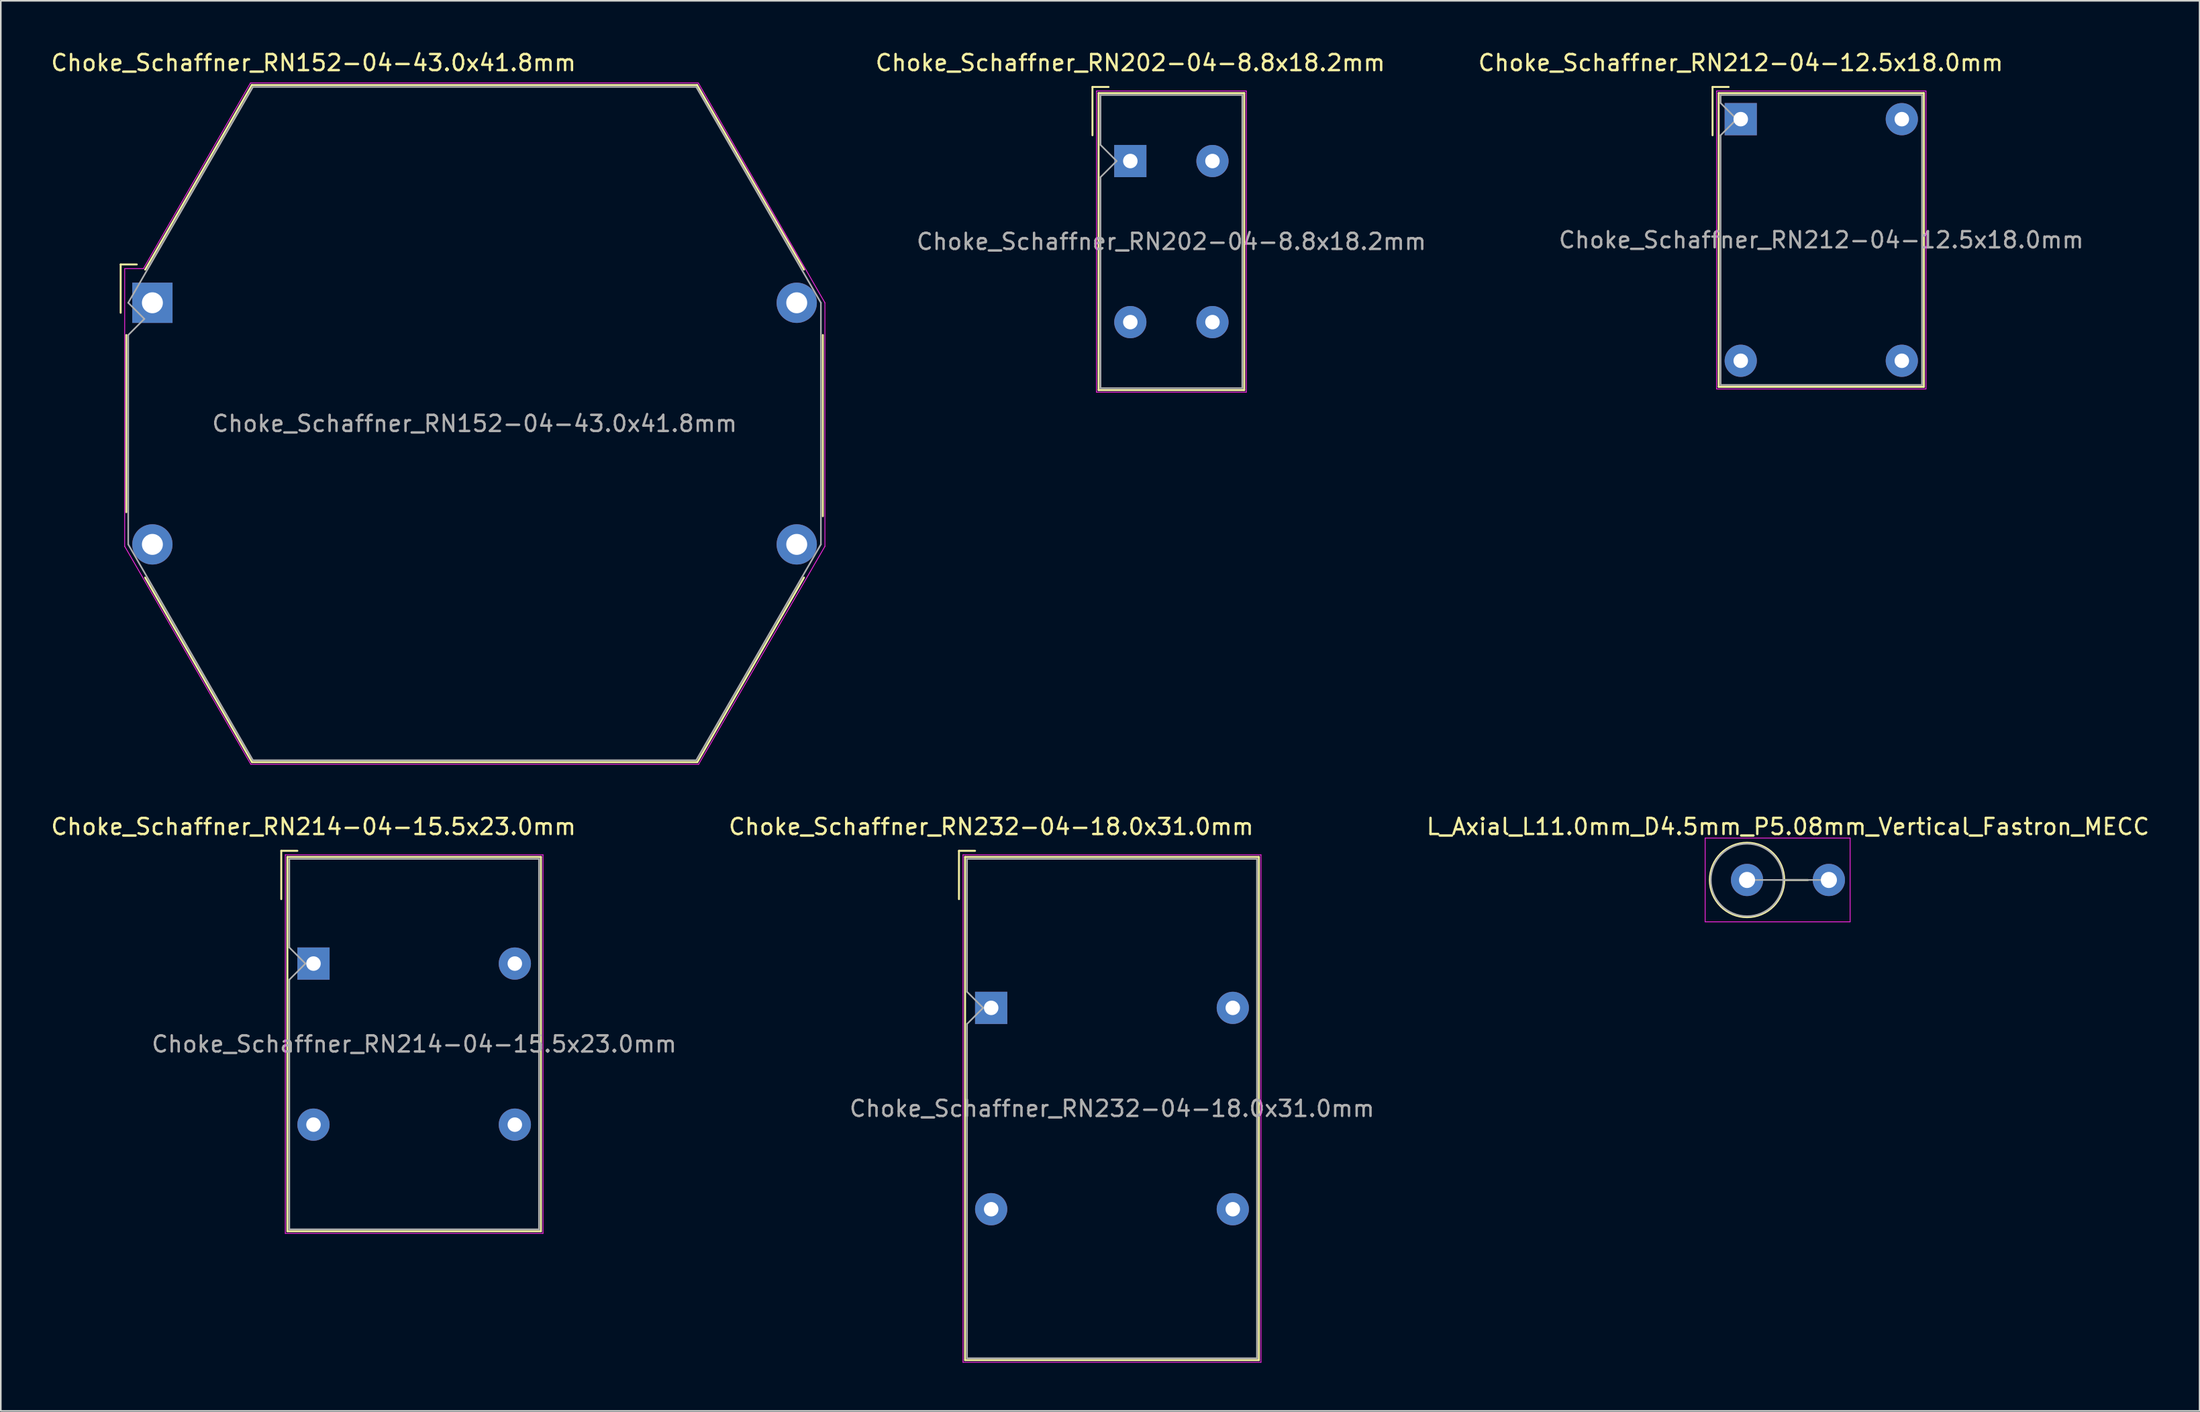
<source format=kicad_pcb>
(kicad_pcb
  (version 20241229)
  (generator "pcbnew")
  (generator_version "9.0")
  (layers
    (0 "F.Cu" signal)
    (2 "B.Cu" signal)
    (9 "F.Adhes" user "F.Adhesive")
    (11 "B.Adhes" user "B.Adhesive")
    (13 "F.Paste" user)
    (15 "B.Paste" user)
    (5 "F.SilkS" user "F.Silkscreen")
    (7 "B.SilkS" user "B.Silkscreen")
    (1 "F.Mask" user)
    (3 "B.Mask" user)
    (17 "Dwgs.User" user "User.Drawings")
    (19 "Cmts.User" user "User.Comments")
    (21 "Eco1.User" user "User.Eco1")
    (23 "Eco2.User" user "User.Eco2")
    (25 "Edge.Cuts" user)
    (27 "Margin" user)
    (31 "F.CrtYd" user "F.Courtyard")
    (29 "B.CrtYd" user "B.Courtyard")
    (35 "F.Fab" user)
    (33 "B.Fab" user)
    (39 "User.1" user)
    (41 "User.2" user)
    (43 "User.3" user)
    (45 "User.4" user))
  (footprint "Choke_Schaffner_RN152-04-43.0x41.8mm"
    (layer "F.Cu")
    (at 6.411 15.748)
    (property "Reference" "Choke_Schaffner_RN152-04-43.0x41.8mm" (at 10 -14.9 0) (layer "F.SilkS") (effects (font (size 1 1) (thickness 0.15))))
    (attr through_hole)
    (fp_line (start -1.97 -2.38) (end -1.97 0.62) (stroke (width 0.12) (type solid)) (layer "F.SilkS"))
    (fp_line (start -1.97 -2.38) (end -0.97 -2.38) (stroke (width 0.12) (type solid)) (layer "F.SilkS"))
    (fp_line (start -1.62 13) (end -1.62 2) (stroke (width 0.12) (type solid)) (layer "F.SilkS"))
    (fp_line (start -0.45 -2.06) (end 6.17 -13.52) (stroke (width 0.12) (type solid)) (layer "F.SilkS"))
    (fp_line (start 6.17 -13.52) (end 33.82 -13.52) (stroke (width 0.12) (type solid)) (layer "F.SilkS"))
    (fp_line (start 6.18 28.52) (end -0.45 17.06) (stroke (width 0.12) (type solid)) (layer "F.SilkS"))
    (fp_line (start 33.82 -13.52) (end 40.45 -2.06) (stroke (width 0.12) (type solid)) (layer "F.SilkS"))
    (fp_line (start 33.83 28.52) (end 6.18 28.52) (stroke (width 0.12) (type solid)) (layer "F.SilkS"))
    (fp_line (start 40.45 17.06) (end 33.83 28.52) (stroke (width 0.12) (type solid)) (layer "F.SilkS"))
    (fp_line (start 41.62 2) (end 41.62 13.25) (stroke (width 0.12) (type solid)) (layer "F.SilkS"))
    (fp_line (start -1.72 -2.12) (end -0.56 -2.12) (stroke (width 0.05) (type solid)) (layer "F.CrtYd"))
    (fp_line (start -1.72 15.12) (end -1.72 -2.12) (stroke (width 0.05) (type solid)) (layer "F.CrtYd"))
    (fp_line (start -0.56 -2.12) (end 6.09 -13.65) (stroke (width 0.05) (type solid)) (layer "F.CrtYd"))
    (fp_line (start 6.09 -13.65) (end 33.89 -13.65) (stroke (width 0.05) (type solid)) (layer "F.CrtYd"))
    (fp_line (start 6.11 28.65) (end -1.72 15.12) (stroke (width 0.05) (type solid)) (layer "F.CrtYd"))
    (fp_line (start 33.89 -13.65) (end 41.75 0) (stroke (width 0.05) (type solid)) (layer "F.CrtYd"))
    (fp_line (start 33.91 28.65) (end 6.11 28.65) (stroke (width 0.05) (type solid)) (layer "F.CrtYd"))
    (fp_line (start 41.75 0) (end 41.75 15.12) (stroke (width 0.05) (type solid)) (layer "F.CrtYd"))
    (fp_line (start 41.75 15.12) (end 33.91 28.65) (stroke (width 0.05) (type solid)) (layer "F.CrtYd"))
    (fp_line (start -1.5 0) (end 6.24 -13.4) (stroke (width 0.1) (type solid)) (layer "F.Fab"))
    (fp_line (start -1.5 2) (end -0.5 1) (stroke (width 0.1) (type solid)) (layer "F.Fab"))
    (fp_line (start -1.5 15) (end -1.5 2) (stroke (width 0.1) (type solid)) (layer "F.Fab"))
    (fp_line (start -0.5 1) (end -1.5 0) (stroke (width 0.1) (type solid)) (layer "F.Fab"))
    (fp_line (start 6.24 -13.4) (end 33.76 -13.4) (stroke (width 0.1) (type solid)) (layer "F.Fab"))
    (fp_line (start 6.24 28.4) (end -1.5 15) (stroke (width 0.1) (type solid)) (layer "F.Fab"))
    (fp_line (start 33.76 -13.4) (end 41.5 0) (stroke (width 0.1) (type solid)) (layer "F.Fab"))
    (fp_line (start 33.76 28.4) (end 6.24 28.4) (stroke (width 0.1) (type solid)) (layer "F.Fab"))
    (fp_line (start 41.5 0) (end 41.5 15) (stroke (width 0.1) (type solid)) (layer "F.Fab"))
    (fp_line (start 41.5 15) (end 33.76 28.4) (stroke (width 0.1) (type solid)) (layer "F.Fab"))
    (fp_text user "${REFERENCE}" (at 20 7.5 0) (layer "F.Fab") (effects (font (size 1 1) (thickness 0.15))))
    (pad "1" thru_hole rect (at 0 0) (size 2.5 2.5) (drill 1.3) (layers "*.Cu" "*.Mask"))
    (pad "2" thru_hole circle (at 40 0) (size 2.5 2.5) (drill 1.3) (layers "*.Cu" "*.Mask"))
    (pad "3" thru_hole circle (at 0 15) (size 2.5 2.5) (drill 1.3) (layers "*.Cu" "*.Mask"))
    (pad "4" thru_hole circle (at 40 15) (size 2.5 2.5) (drill 1.3) (layers "*.Cu" "*.Mask")))
  (footprint "Choke_Schaffner_RN214-04-15.5x23.0mm"
    (layer "F.Cu")
    (at 16.411 56.772)
    (property "Reference" "Choke_Schaffner_RN214-04-15.5x23.0mm" (at 0 -8.5 0) (layer "F.SilkS") (effects (font (size 1 1) (thickness 0.15))))
    (attr through_hole)
    (fp_line (start -2 -7) (end -2 -4) (stroke (width 0.12) (type solid)) (layer "F.SilkS"))
    (fp_line (start -2 -7) (end -1 -7) (stroke (width 0.12) (type solid)) (layer "F.SilkS"))
    (fp_line (start -1.62 -6.62) (end 14.12 -6.62) (stroke (width 0.12) (type solid)) (layer "F.SilkS"))
    (fp_line (start -1.62 16.62) (end -1.62 -6.62) (stroke (width 0.12) (type solid)) (layer "F.SilkS"))
    (fp_line (start 14.12 -6.62) (end 14.12 16.62) (stroke (width 0.12) (type solid)) (layer "F.SilkS"))
    (fp_line (start 14.12 16.62) (end -1.62 16.62) (stroke (width 0.12) (type solid)) (layer "F.SilkS"))
    (fp_line (start -1.75 -6.75) (end -1.75 16.75) (stroke (width 0.05) (type solid)) (layer "F.CrtYd"))
    (fp_line (start -1.75 16.75) (end 14.25 16.75) (stroke (width 0.05) (type solid)) (layer "F.CrtYd"))
    (fp_line (start 14.25 -6.75) (end -1.75 -6.75) (stroke (width 0.05) (type solid)) (layer "F.CrtYd"))
    (fp_line (start 14.25 16.75) (end 14.25 -6.75) (stroke (width 0.05) (type solid)) (layer "F.CrtYd"))
    (fp_line (start -1.5 -6.5) (end 14 -6.5) (stroke (width 0.1) (type solid)) (layer "F.Fab"))
    (fp_line (start -1.5 -1) (end -1.5 -6.5) (stroke (width 0.1) (type solid)) (layer "F.Fab"))
    (fp_line (start -1.5 1) (end -0.5 0) (stroke (width 0.1) (type solid)) (layer "F.Fab"))
    (fp_line (start -1.5 16.5) (end -1.5 1) (stroke (width 0.1) (type solid)) (layer "F.Fab"))
    (fp_line (start -0.5 0) (end -1.5 -1) (stroke (width 0.1) (type solid)) (layer "F.Fab"))
    (fp_line (start 14 -6.5) (end 14 16.5) (stroke (width 0.1) (type solid)) (layer "F.Fab"))
    (fp_line (start 14 16.5) (end -1.5 16.5) (stroke (width 0.1) (type solid)) (layer "F.Fab"))
    (fp_text user "${REFERENCE}" (at 6.25 5 0) (layer "F.Fab") (effects (font (size 1 1) (thickness 0.15))))
    (pad "1" thru_hole rect (at 0 0) (size 2 2) (drill 0.9) (layers "*.Cu" "*.Mask"))
    (pad "2" thru_hole circle (at 12.5 0) (size 2 2) (drill 0.9) (layers "*.Cu" "*.Mask"))
    (pad "3" thru_hole circle (at 0 10) (size 2 2) (drill 0.9) (layers "*.Cu" "*.Mask"))
    (pad "4" thru_hole circle (at 12.5 10) (size 2 2) (drill 0.9) (layers "*.Cu" "*.Mask")))
  (footprint "Choke_Schaffner_RN232-04-18.0x31.0mm"
    (layer "F.Cu")
    (at 58.482 59.522)
    (property "Reference" "Choke_Schaffner_RN232-04-18.0x31.0mm" (at 0 -11.25 0) (layer "F.SilkS") (effects (font (size 1 1) (thickness 0.15))))
    (attr through_hole)
    (fp_line (start -2 -9.75) (end -2 -6.75) (stroke (width 0.12) (type solid)) (layer "F.SilkS"))
    (fp_line (start -2 -9.75) (end -1 -9.75) (stroke (width 0.12) (type solid)) (layer "F.SilkS"))
    (fp_line (start -1.62 -9.37) (end 16.62 -9.37) (stroke (width 0.12) (type solid)) (layer "F.SilkS"))
    (fp_line (start -1.62 21.87) (end -1.62 -9.37) (stroke (width 0.12) (type solid)) (layer "F.SilkS"))
    (fp_line (start 16.62 -9.37) (end 16.62 21.87) (stroke (width 0.12) (type solid)) (layer "F.SilkS"))
    (fp_line (start 16.62 21.87) (end -1.62 21.87) (stroke (width 0.12) (type solid)) (layer "F.SilkS"))
    (fp_line (start -1.75 -9.5) (end -1.75 22) (stroke (width 0.05) (type solid)) (layer "F.CrtYd"))
    (fp_line (start -1.75 22) (end 16.75 22) (stroke (width 0.05) (type solid)) (layer "F.CrtYd"))
    (fp_line (start 16.75 -9.5) (end -1.75 -9.5) (stroke (width 0.05) (type solid)) (layer "F.CrtYd"))
    (fp_line (start 16.75 22) (end 16.75 -9.5) (stroke (width 0.05) (type solid)) (layer "F.CrtYd"))
    (fp_line (start -1.5 -9.25) (end 16.5 -9.25) (stroke (width 0.1) (type solid)) (layer "F.Fab"))
    (fp_line (start -1.5 -1) (end -1.5 -9.25) (stroke (width 0.1) (type solid)) (layer "F.Fab"))
    (fp_line (start -1.5 1) (end -0.5 0) (stroke (width 0.1) (type solid)) (layer "F.Fab"))
    (fp_line (start -1.5 21.75) (end -1.5 1) (stroke (width 0.1) (type solid)) (layer "F.Fab"))
    (fp_line (start -0.5 0) (end -1.5 -1) (stroke (width 0.1) (type solid)) (layer "F.Fab"))
    (fp_line (start 16.5 -9.25) (end 16.5 21.75) (stroke (width 0.1) (type solid)) (layer "F.Fab"))
    (fp_line (start 16.5 21.75) (end -1.5 21.75) (stroke (width 0.1) (type solid)) (layer "F.Fab"))
    (fp_text user "${REFERENCE}" (at 7.5 6.25 0) (layer "F.Fab") (effects (font (size 1 1) (thickness 0.15))))
    (pad "1" thru_hole rect (at 0 0) (size 2 2) (drill 0.9) (layers "*.Cu" "*.Mask"))
    (pad "2" thru_hole circle (at 15 0) (size 2 2) (drill 0.9) (layers "*.Cu" "*.Mask"))
    (pad "3" thru_hole circle (at 0 12.5) (size 2 2) (drill 0.9) (layers "*.Cu" "*.Mask"))
    (pad "4" thru_hole circle (at 15 12.5) (size 2 2) (drill 0.9) (layers "*.Cu" "*.Mask")))
  (footprint "Choke_Schaffner_RN212-04-12.5x18.0mm"
    (layer "F.Cu")
    (at 105.015 4.348)
    (property "Reference" "Choke_Schaffner_RN212-04-12.5x18.0mm" (at 0 -3.5 0) (layer "F.SilkS") (effects (font (size 1 1) (thickness 0.15))))
    (attr through_hole)
    (fp_line (start -1.75 -2) (end -1.75 1) (stroke (width 0.12) (type solid)) (layer "F.SilkS"))
    (fp_line (start -1.75 -2) (end -0.75 -2) (stroke (width 0.12) (type solid)) (layer "F.SilkS"))
    (fp_line (start -1.37 -1.62) (end 11.37 -1.62) (stroke (width 0.12) (type solid)) (layer "F.SilkS"))
    (fp_line (start -1.37 16.62) (end -1.37 -1.62) (stroke (width 0.12) (type solid)) (layer "F.SilkS"))
    (fp_line (start 11.37 -1.62) (end 11.37 16.62) (stroke (width 0.12) (type solid)) (layer "F.SilkS"))
    (fp_line (start 11.37 16.62) (end -1.37 16.62) (stroke (width 0.12) (type solid)) (layer "F.SilkS"))
    (fp_line (start -1.5 -1.75) (end -1.5 16.75) (stroke (width 0.05) (type solid)) (layer "F.CrtYd"))
    (fp_line (start -1.5 16.75) (end 11.5 16.75) (stroke (width 0.05) (type solid)) (layer "F.CrtYd"))
    (fp_line (start 11.5 -1.75) (end -1.5 -1.75) (stroke (width 0.05) (type solid)) (layer "F.CrtYd"))
    (fp_line (start 11.5 16.75) (end 11.5 -1.75) (stroke (width 0.05) (type solid)) (layer "F.CrtYd"))
    (fp_line (start -1.25 -1.5) (end 11.25 -1.5) (stroke (width 0.1) (type solid)) (layer "F.Fab"))
    (fp_line (start -1.25 -1) (end -1.25 -1.5) (stroke (width 0.1) (type solid)) (layer "F.Fab"))
    (fp_line (start -1.25 1) (end -0.25 0) (stroke (width 0.1) (type solid)) (layer "F.Fab"))
    (fp_line (start -1.25 16.5) (end -1.25 1) (stroke (width 0.1) (type solid)) (layer "F.Fab"))
    (fp_line (start -0.25 0) (end -1.25 -1) (stroke (width 0.1) (type solid)) (layer "F.Fab"))
    (fp_line (start 11.25 -1.5) (end 11.25 16.5) (stroke (width 0.1) (type solid)) (layer "F.Fab"))
    (fp_line (start 11.25 16.5) (end -1.25 16.5) (stroke (width 0.1) (type solid)) (layer "F.Fab"))
    (fp_text user "${REFERENCE}" (at 5 7.5 0) (layer "F.Fab") (effects (font (size 1 1) (thickness 0.15))))
    (pad "1" thru_hole rect (at 0 0) (size 2 2) (drill 0.9) (layers "*.Cu" "*.Mask"))
    (pad "2" thru_hole circle (at 10 0) (size 2 2) (drill 0.9) (layers "*.Cu" "*.Mask"))
    (pad "3" thru_hole circle (at 0 15) (size 2 2) (drill 0.9) (layers "*.Cu" "*.Mask"))
    (pad "4" thru_hole circle (at 10 15) (size 2 2) (drill 0.9) (layers "*.Cu" "*.Mask")))
  (footprint "Choke_Schaffner_RN202-04-8.8x18.2mm"
    (layer "F.Cu")
    (at 67.12 6.948)
    (property "Reference" "Choke_Schaffner_RN202-04-8.8x18.2mm" (at 0 -6.1 0) (layer "F.SilkS") (effects (font (size 1 1) (thickness 0.15))))
    (attr through_hole)
    (fp_line (start -2.35 -4.6) (end -2.35 -1.6) (stroke (width 0.12) (type solid)) (layer "F.SilkS"))
    (fp_line (start -2.35 -4.6) (end -1.35 -4.6) (stroke (width 0.12) (type solid)) (layer "F.SilkS"))
    (fp_line (start -1.97 -4.22) (end 7.07 -4.22) (stroke (width 0.12) (type solid)) (layer "F.SilkS"))
    (fp_line (start -1.97 14.22) (end -1.97 -4.22) (stroke (width 0.12) (type solid)) (layer "F.SilkS"))
    (fp_line (start 7.07 -4.22) (end 7.07 14.22) (stroke (width 0.12) (type solid)) (layer "F.SilkS"))
    (fp_line (start 7.07 14.22) (end -1.97 14.22) (stroke (width 0.12) (type solid)) (layer "F.SilkS"))
    (fp_line (start -2.1 -4.35) (end -2.1 14.35) (stroke (width 0.05) (type solid)) (layer "F.CrtYd"))
    (fp_line (start -2.1 14.35) (end 7.2 14.35) (stroke (width 0.05) (type solid)) (layer "F.CrtYd"))
    (fp_line (start 7.2 -4.35) (end -2.1 -4.35) (stroke (width 0.05) (type solid)) (layer "F.CrtYd"))
    (fp_line (start 7.2 14.35) (end 7.2 -4.35) (stroke (width 0.05) (type solid)) (layer "F.CrtYd"))
    (fp_line (start -1.85 -4.1) (end 6.95 -4.1) (stroke (width 0.1) (type solid)) (layer "F.Fab"))
    (fp_line (start -1.85 -1) (end -1.85 -4.1) (stroke (width 0.1) (type solid)) (layer "F.Fab"))
    (fp_line (start -1.85 1) (end -0.85 0) (stroke (width 0.1) (type solid)) (layer "F.Fab"))
    (fp_line (start -1.85 14.1) (end -1.85 1) (stroke (width 0.1) (type solid)) (layer "F.Fab"))
    (fp_line (start -0.85 0) (end -1.85 -1) (stroke (width 0.1) (type solid)) (layer "F.Fab"))
    (fp_line (start 6.95 -4.1) (end 6.95 14.1) (stroke (width 0.1) (type solid)) (layer "F.Fab"))
    (fp_line (start 6.95 14.1) (end -1.85 14.1) (stroke (width 0.1) (type solid)) (layer "F.Fab"))
    (fp_text user "${REFERENCE}" (at 2.55 5 0) (layer "F.Fab") (effects (font (size 1 1) (thickness 0.15))))
    (pad "1" thru_hole rect (at 0 0) (size 2 2) (drill 0.9) (layers "*.Cu" "*.Mask"))
    (pad "2" thru_hole circle (at 5.1 0) (size 2 2) (drill 0.9) (layers "*.Cu" "*.Mask"))
    (pad "3" thru_hole circle (at 0 10) (size 2 2) (drill 0.9) (layers "*.Cu" "*.Mask"))
    (pad "4" thru_hole circle (at 5.1 10) (size 2 2) (drill 0.9) (layers "*.Cu" "*.Mask")))
  (footprint "L_Axial_L11.0mm_D4.5mm_P5.08mm_Vertical_Fastron_MECC"
    (layer "F.Cu")
    (at 105.406 51.581)
    (property "Reference" "L_Axial_L11.0mm_D4.5mm_P5.08mm_Vertical_Fastron_MECC" (at 2.54 -3.31 0) (layer "F.SilkS") (effects (font (size 1 1) (thickness 0.15))))
    (attr through_hole)
    (fp_line (start 2.31 0) (end 3.78 0) (stroke (width 0.12) (type solid)) (layer "F.SilkS"))
    (fp_circle (center 0 0) (end 2.31 0) (stroke (width 0.12) (type solid)) (fill no) (layer "F.SilkS"))
    (fp_line (start -2.6 -2.6) (end -2.6 2.6) (stroke (width 0.05) (type solid)) (layer "F.CrtYd"))
    (fp_line (start -2.6 2.6) (end 6.4 2.6) (stroke (width 0.05) (type solid)) (layer "F.CrtYd"))
    (fp_line (start 6.4 -2.6) (end -2.6 -2.6) (stroke (width 0.05) (type solid)) (layer "F.CrtYd"))
    (fp_line (start 6.4 2.6) (end 6.4 -2.6) (stroke (width 0.05) (type solid)) (layer "F.CrtYd"))
    (fp_line (start 0 0) (end 5.08 0) (stroke (width 0.1) (type solid)) (layer "F.Fab"))
    (fp_circle (center 0 0) (end 2.25 0) (stroke (width 0.1) (type solid)) (fill no) (layer "F.Fab"))
    (pad "1" thru_hole circle (at 0 0) (size 2 2) (drill 1) (layers "*.Cu" "*.Mask"))
    (pad "2" thru_hole oval (at 5.08 0) (size 2 2) (drill 1) (layers "*.Cu" "*.Mask")))
  (gr_rect
    (start -3 -3)
    (end 133.5 84.546)
    (stroke (width 0.1) (type default))
    (fill no)
    (layer "Edge.Cuts")))
</source>
